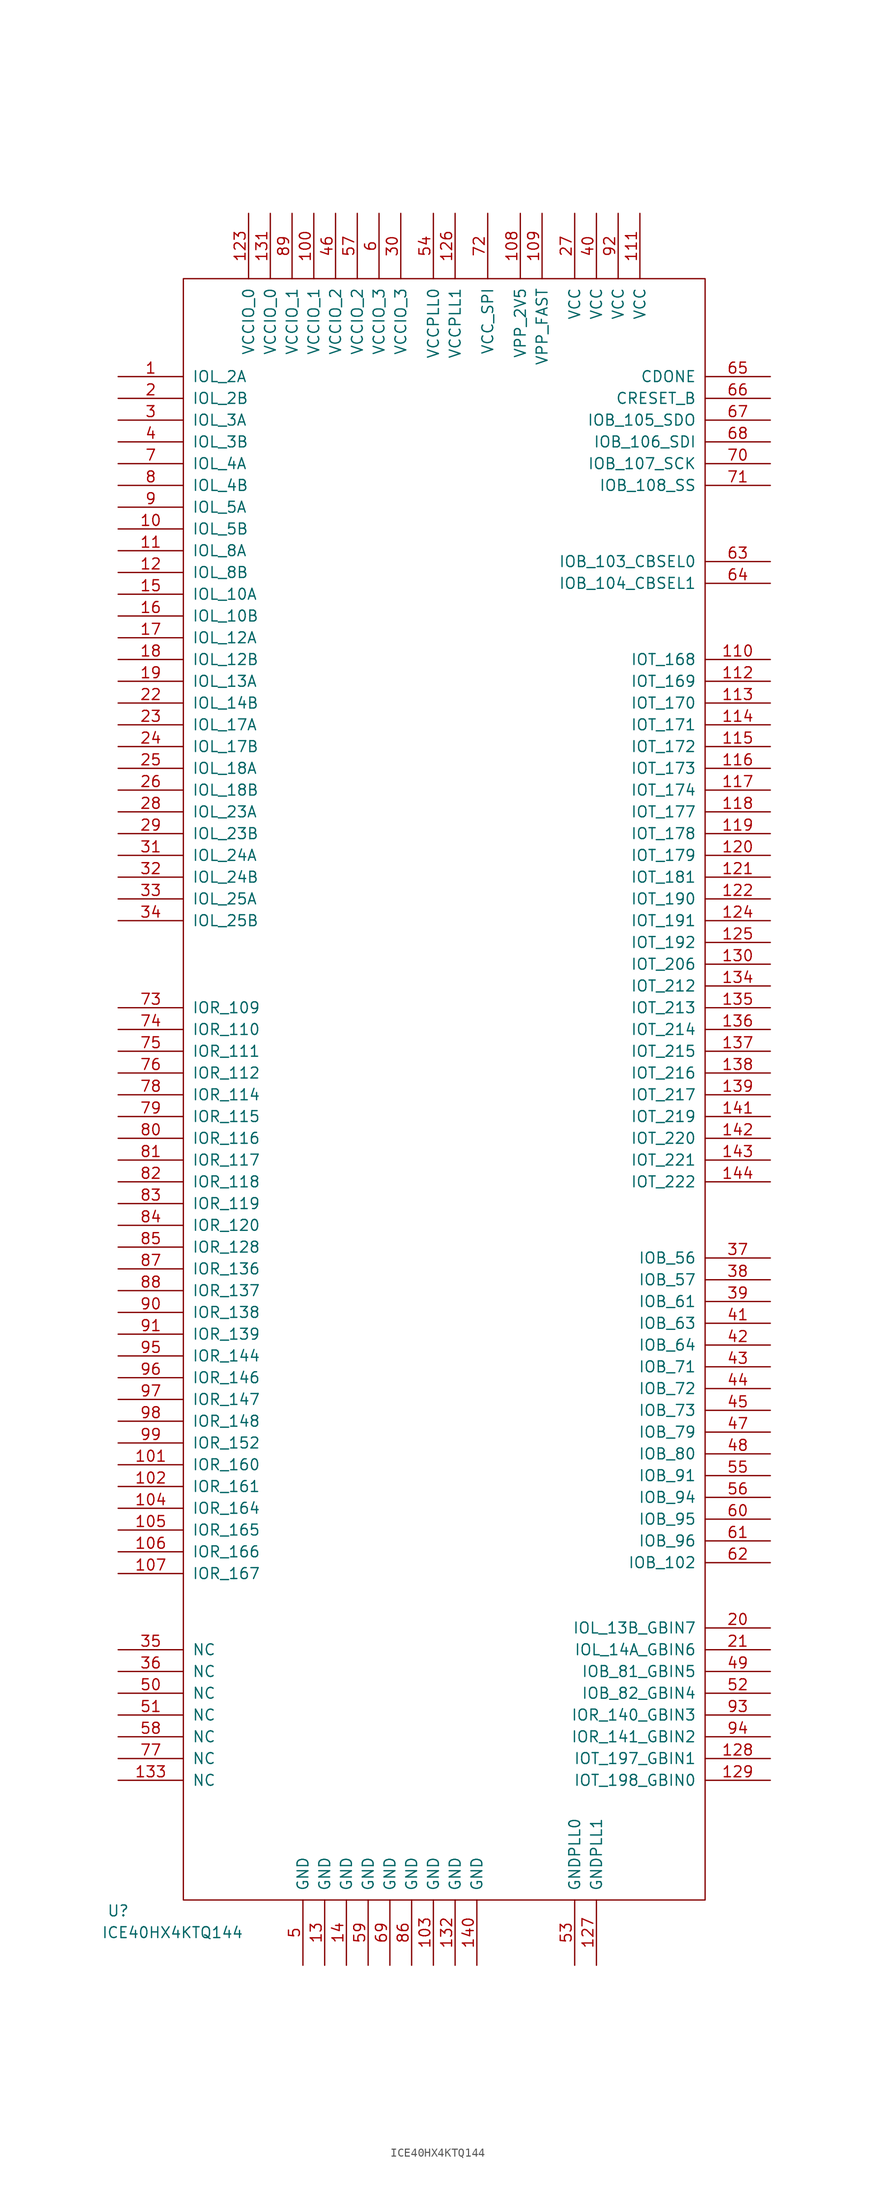
<source format=kicad_sym>
(kicad_symbol_lib
  (version 20211014)
  (generator kicad_symbol_editor)
  (symbol "ICE40HX4KTQ144"
    (pin_names
      (offset 1.016))
    (property "Reference" "U"
      (at -38.1 -36.83 0)
      (effects (font (size 1.27 1.27))))
    (property "Value" "ICE40HX4KTQ144"
      (at -31.75 -39.37 0)
      (effects (font (size 1.27 1.27))))
    (symbol "ICE40HX4KTQ144_1_0"
      (rectangle (start -30.48 -35.56) (end 30.48 153.67) (stroke (width 0) (type default) (color 0 0 0 0)) (fill (type none))))
    (symbol "ICE40HX4KTQ144_1_1"
      (pin input line (at -38.1 142.24 0) (length 7.62) (name "IOL_2A" (effects (font (size 1.27 1.27)))) (number "1" (effects (font (size 1.27 1.27)))))
      (pin input line (at -38.1 124.46 0) (length 7.62) (name "IOL_5B" (effects (font (size 1.27 1.27)))) (number "10" (effects (font (size 1.27 1.27)))))
      (pin power_in line (at -15.24 161.29 270) (length 7.62) (name "VCCIO_1" (effects (font (size 1.27 1.27)))) (number "100" (effects (font (size 1.27 1.27)))))
      (pin input line (at -38.1 15.24 0) (length 7.62) (name "IOR_160" (effects (font (size 1.27 1.27)))) (number "101" (effects (font (size 1.27 1.27)))))
      (pin input line (at -38.1 12.7 0) (length 7.62) (name "IOR_161" (effects (font (size 1.27 1.27)))) (number "102" (effects (font (size 1.27 1.27)))))
      (pin power_in line (at -1.27 -43.18 90) (length 7.62) (name "GND" (effects (font (size 1.27 1.27)))) (number "103" (effects (font (size 1.27 1.27)))))
      (pin input line (at -38.1 10.16 0) (length 7.62) (name "IOR_164" (effects (font (size 1.27 1.27)))) (number "104" (effects (font (size 1.27 1.27)))))
      (pin input line (at -38.1 7.62 0) (length 7.62) (name "IOR_165" (effects (font (size 1.27 1.27)))) (number "105" (effects (font (size 1.27 1.27)))))
      (pin input line (at -38.1 5.08 0) (length 7.62) (name "IOR_166" (effects (font (size 1.27 1.27)))) (number "106" (effects (font (size 1.27 1.27)))))
      (pin input line (at -38.1 2.54 0) (length 7.62) (name "IOR_167" (effects (font (size 1.27 1.27)))) (number "107" (effects (font (size 1.27 1.27)))))
      (pin input line (at 8.89 161.29 270) (length 7.62) (name "VPP_2V5" (effects (font (size 1.27 1.27)))) (number "108" (effects (font (size 1.27 1.27)))))
      (pin input line (at 11.43 161.29 270) (length 7.62) (name "VPP_FAST" (effects (font (size 1.27 1.27)))) (number "109" (effects (font (size 1.27 1.27)))))
      (pin input line (at -38.1 121.92 0) (length 7.62) (name "IOL_8A" (effects (font (size 1.27 1.27)))) (number "11" (effects (font (size 1.27 1.27)))))
      (pin input line (at 38.1 109.22 180) (length 7.62) (name "IOT_168" (effects (font (size 1.27 1.27)))) (number "110" (effects (font (size 1.27 1.27)))))
      (pin power_in line (at 22.86 161.29 270) (length 7.62) (name "VCC" (effects (font (size 1.27 1.27)))) (number "111" (effects (font (size 1.27 1.27)))))
      (pin input line (at 38.1 106.68 180) (length 7.62) (name "IOT_169" (effects (font (size 1.27 1.27)))) (number "112" (effects (font (size 1.27 1.27)))))
      (pin input line (at 38.1 104.14 180) (length 7.62) (name "IOT_170" (effects (font (size 1.27 1.27)))) (number "113" (effects (font (size 1.27 1.27)))))
      (pin input line (at 38.1 101.6 180) (length 7.62) (name "IOT_171" (effects (font (size 1.27 1.27)))) (number "114" (effects (font (size 1.27 1.27)))))
      (pin input line (at 38.1 99.06 180) (length 7.62) (name "IOT_172" (effects (font (size 1.27 1.27)))) (number "115" (effects (font (size 1.27 1.27)))))
      (pin input line (at 38.1 96.52 180) (length 7.62) (name "IOT_173" (effects (font (size 1.27 1.27)))) (number "116" (effects (font (size 1.27 1.27)))))
      (pin input line (at 38.1 93.98 180) (length 7.62) (name "IOT_174" (effects (font (size 1.27 1.27)))) (number "117" (effects (font (size 1.27 1.27)))))
      (pin input line (at 38.1 91.44 180) (length 7.62) (name "IOT_177" (effects (font (size 1.27 1.27)))) (number "118" (effects (font (size 1.27 1.27)))))
      (pin input line (at 38.1 88.9 180) (length 7.62) (name "IOT_178" (effects (font (size 1.27 1.27)))) (number "119" (effects (font (size 1.27 1.27)))))
      (pin input line (at -38.1 119.38 0) (length 7.62) (name "IOL_8B" (effects (font (size 1.27 1.27)))) (number "12" (effects (font (size 1.27 1.27)))))
      (pin input line (at 38.1 86.36 180) (length 7.62) (name "IOT_179" (effects (font (size 1.27 1.27)))) (number "120" (effects (font (size 1.27 1.27)))))
      (pin input line (at 38.1 83.82 180) (length 7.62) (name "IOT_181" (effects (font (size 1.27 1.27)))) (number "121" (effects (font (size 1.27 1.27)))))
      (pin input line (at 38.1 81.28 180) (length 7.62) (name "IOT_190" (effects (font (size 1.27 1.27)))) (number "122" (effects (font (size 1.27 1.27)))))
      (pin power_in line (at -22.86 161.29 270) (length 7.62) (name "VCCIO_0" (effects (font (size 1.27 1.27)))) (number "123" (effects (font (size 1.27 1.27)))))
      (pin input line (at 38.1 78.74 180) (length 7.62) (name "IOT_191" (effects (font (size 1.27 1.27)))) (number "124" (effects (font (size 1.27 1.27)))))
      (pin input line (at 38.1 76.2 180) (length 7.62) (name "IOT_192" (effects (font (size 1.27 1.27)))) (number "125" (effects (font (size 1.27 1.27)))))
      (pin power_in line (at 1.27 161.29 270) (length 7.62) (name "VCCPLL1" (effects (font (size 1.27 1.27)))) (number "126" (effects (font (size 1.27 1.27)))))
      (pin power_in line (at 17.78 -43.18 90) (length 7.62) (name "GNDPLL1" (effects (font (size 1.27 1.27)))) (number "127" (effects (font (size 1.27 1.27)))))
      (pin input line (at 38.1 -19.05 180) (length 7.62) (name "IOT_197_GBIN1" (effects (font (size 1.27 1.27)))) (number "128" (effects (font (size 1.27 1.27)))))
      (pin input line (at 38.1 -21.59 180) (length 7.62) (name "IOT_198_GBIN0" (effects (font (size 1.27 1.27)))) (number "129" (effects (font (size 1.27 1.27)))))
      (pin power_in line (at -13.97 -43.18 90) (length 7.62) (name "GND" (effects (font (size 1.27 1.27)))) (number "13" (effects (font (size 1.27 1.27)))))
      (pin input line (at 38.1 73.66 180) (length 7.62) (name "IOT_206" (effects (font (size 1.27 1.27)))) (number "130" (effects (font (size 1.27 1.27)))))
      (pin power_in line (at -20.32 161.29 270) (length 7.62) (name "VCCIO_0" (effects (font (size 1.27 1.27)))) (number "131" (effects (font (size 1.27 1.27)))))
      (pin power_in line (at 1.27 -43.18 90) (length 7.62) (name "GND" (effects (font (size 1.27 1.27)))) (number "132" (effects (font (size 1.27 1.27)))))
      (pin input line (at -38.1 -21.59 0) (length 7.62) (name "NC" (effects (font (size 1.27 1.27)))) (number "133" (effects (font (size 1.27 1.27)))))
      (pin input line (at 38.1 71.12 180) (length 7.62) (name "IOT_212" (effects (font (size 1.27 1.27)))) (number "134" (effects (font (size 1.27 1.27)))))
      (pin input line (at 38.1 68.58 180) (length 7.62) (name "IOT_213" (effects (font (size 1.27 1.27)))) (number "135" (effects (font (size 1.27 1.27)))))
      (pin input line (at 38.1 66.04 180) (length 7.62) (name "IOT_214" (effects (font (size 1.27 1.27)))) (number "136" (effects (font (size 1.27 1.27)))))
      (pin input line (at 38.1 63.5 180) (length 7.62) (name "IOT_215" (effects (font (size 1.27 1.27)))) (number "137" (effects (font (size 1.27 1.27)))))
      (pin input line (at 38.1 60.96 180) (length 7.62) (name "IOT_216" (effects (font (size 1.27 1.27)))) (number "138" (effects (font (size 1.27 1.27)))))
      (pin input line (at 38.1 58.42 180) (length 7.62) (name "IOT_217" (effects (font (size 1.27 1.27)))) (number "139" (effects (font (size 1.27 1.27)))))
      (pin power_in line (at -11.43 -43.18 90) (length 7.62) (name "GND" (effects (font (size 1.27 1.27)))) (number "14" (effects (font (size 1.27 1.27)))))
      (pin power_in line (at 3.81 -43.18 90) (length 7.62) (name "GND" (effects (font (size 1.27 1.27)))) (number "140" (effects (font (size 1.27 1.27)))))
      (pin input line (at 38.1 55.88 180) (length 7.62) (name "IOT_219" (effects (font (size 1.27 1.27)))) (number "141" (effects (font (size 1.27 1.27)))))
      (pin input line (at 38.1 53.34 180) (length 7.62) (name "IOT_220" (effects (font (size 1.27 1.27)))) (number "142" (effects (font (size 1.27 1.27)))))
      (pin input line (at 38.1 50.8 180) (length 7.62) (name "IOT_221" (effects (font (size 1.27 1.27)))) (number "143" (effects (font (size 1.27 1.27)))))
      (pin input line (at 38.1 48.26 180) (length 7.62) (name "IOT_222" (effects (font (size 1.27 1.27)))) (number "144" (effects (font (size 1.27 1.27)))))
      (pin input line (at -38.1 116.84 0) (length 7.62) (name "IOL_10A" (effects (font (size 1.27 1.27)))) (number "15" (effects (font (size 1.27 1.27)))))
      (pin input line (at -38.1 114.3 0) (length 7.62) (name "IOL_10B" (effects (font (size 1.27 1.27)))) (number "16" (effects (font (size 1.27 1.27)))))
      (pin input line (at -38.1 111.76 0) (length 7.62) (name "IOL_12A" (effects (font (size 1.27 1.27)))) (number "17" (effects (font (size 1.27 1.27)))))
      (pin input line (at -38.1 109.22 0) (length 7.62) (name "IOL_12B" (effects (font (size 1.27 1.27)))) (number "18" (effects (font (size 1.27 1.27)))))
      (pin input line (at -38.1 106.68 0) (length 7.62) (name "IOL_13A" (effects (font (size 1.27 1.27)))) (number "19" (effects (font (size 1.27 1.27)))))
      (pin input line (at -38.1 139.7 0) (length 7.62) (name "IOL_2B" (effects (font (size 1.27 1.27)))) (number "2" (effects (font (size 1.27 1.27)))))
      (pin input line (at 38.1 -3.81 180) (length 7.62) (name "IOL_13B_GBIN7" (effects (font (size 1.27 1.27)))) (number "20" (effects (font (size 1.27 1.27)))))
      (pin input line (at 38.1 -6.35 180) (length 7.62) (name "IOL_14A_GBIN6" (effects (font (size 1.27 1.27)))) (number "21" (effects (font (size 1.27 1.27)))))
      (pin input line (at -38.1 104.14 0) (length 7.62) (name "IOL_14B" (effects (font (size 1.27 1.27)))) (number "22" (effects (font (size 1.27 1.27)))))
      (pin input line (at -38.1 101.6 0) (length 7.62) (name "IOL_17A" (effects (font (size 1.27 1.27)))) (number "23" (effects (font (size 1.27 1.27)))))
      (pin input line (at -38.1 99.06 0) (length 7.62) (name "IOL_17B" (effects (font (size 1.27 1.27)))) (number "24" (effects (font (size 1.27 1.27)))))
      (pin input line (at -38.1 96.52 0) (length 7.62) (name "IOL_18A" (effects (font (size 1.27 1.27)))) (number "25" (effects (font (size 1.27 1.27)))))
      (pin input line (at -38.1 93.98 0) (length 7.62) (name "IOL_18B" (effects (font (size 1.27 1.27)))) (number "26" (effects (font (size 1.27 1.27)))))
      (pin power_in line (at 15.24 161.29 270) (length 7.62) (name "VCC" (effects (font (size 1.27 1.27)))) (number "27" (effects (font (size 1.27 1.27)))))
      (pin input line (at -38.1 91.44 0) (length 7.62) (name "IOL_23A" (effects (font (size 1.27 1.27)))) (number "28" (effects (font (size 1.27 1.27)))))
      (pin input line (at -38.1 88.9 0) (length 7.62) (name "IOL_23B" (effects (font (size 1.27 1.27)))) (number "29" (effects (font (size 1.27 1.27)))))
      (pin input line (at -38.1 137.16 0) (length 7.62) (name "IOL_3A" (effects (font (size 1.27 1.27)))) (number "3" (effects (font (size 1.27 1.27)))))
      (pin power_in line (at -5.08 161.29 270) (length 7.62) (name "VCCIO_3" (effects (font (size 1.27 1.27)))) (number "30" (effects (font (size 1.27 1.27)))))
      (pin input line (at -38.1 86.36 0) (length 7.62) (name "IOL_24A" (effects (font (size 1.27 1.27)))) (number "31" (effects (font (size 1.27 1.27)))))
      (pin input line (at -38.1 83.82 0) (length 7.62) (name "IOL_24B" (effects (font (size 1.27 1.27)))) (number "32" (effects (font (size 1.27 1.27)))))
      (pin input line (at -38.1 81.28 0) (length 7.62) (name "IOL_25A" (effects (font (size 1.27 1.27)))) (number "33" (effects (font (size 1.27 1.27)))))
      (pin input line (at -38.1 78.74 0) (length 7.62) (name "IOL_25B" (effects (font (size 1.27 1.27)))) (number "34" (effects (font (size 1.27 1.27)))))
      (pin input line (at -38.1 -6.35 0) (length 7.62) (name "NC" (effects (font (size 1.27 1.27)))) (number "35" (effects (font (size 1.27 1.27)))))
      (pin input line (at -38.1 -8.89 0) (length 7.62) (name "NC" (effects (font (size 1.27 1.27)))) (number "36" (effects (font (size 1.27 1.27)))))
      (pin input line (at 38.1 39.37 180) (length 7.62) (name "IOB_56" (effects (font (size 1.27 1.27)))) (number "37" (effects (font (size 1.27 1.27)))))
      (pin input line (at 38.1 36.83 180) (length 7.62) (name "IOB_57" (effects (font (size 1.27 1.27)))) (number "38" (effects (font (size 1.27 1.27)))))
      (pin input line (at 38.1 34.29 180) (length 7.62) (name "IOB_61" (effects (font (size 1.27 1.27)))) (number "39" (effects (font (size 1.27 1.27)))))
      (pin input line (at -38.1 134.62 0) (length 7.62) (name "IOL_3B" (effects (font (size 1.27 1.27)))) (number "4" (effects (font (size 1.27 1.27)))))
      (pin power_in line (at 17.78 161.29 270) (length 7.62) (name "VCC" (effects (font (size 1.27 1.27)))) (number "40" (effects (font (size 1.27 1.27)))))
      (pin input line (at 38.1 31.75 180) (length 7.62) (name "IOB_63" (effects (font (size 1.27 1.27)))) (number "41" (effects (font (size 1.27 1.27)))))
      (pin input line (at 38.1 29.21 180) (length 7.62) (name "IOB_64" (effects (font (size 1.27 1.27)))) (number "42" (effects (font (size 1.27 1.27)))))
      (pin input line (at 38.1 26.67 180) (length 7.62) (name "IOB_71" (effects (font (size 1.27 1.27)))) (number "43" (effects (font (size 1.27 1.27)))))
      (pin input line (at 38.1 24.13 180) (length 7.62) (name "IOB_72" (effects (font (size 1.27 1.27)))) (number "44" (effects (font (size 1.27 1.27)))))
      (pin input line (at 38.1 21.59 180) (length 7.62) (name "IOB_73" (effects (font (size 1.27 1.27)))) (number "45" (effects (font (size 1.27 1.27)))))
      (pin power_in line (at -12.7 161.29 270) (length 7.62) (name "VCCIO_2" (effects (font (size 1.27 1.27)))) (number "46" (effects (font (size 1.27 1.27)))))
      (pin input line (at 38.1 19.05 180) (length 7.62) (name "IOB_79" (effects (font (size 1.27 1.27)))) (number "47" (effects (font (size 1.27 1.27)))))
      (pin input line (at 38.1 16.51 180) (length 7.62) (name "IOB_80" (effects (font (size 1.27 1.27)))) (number "48" (effects (font (size 1.27 1.27)))))
      (pin input line (at 38.1 -8.89 180) (length 7.62) (name "IOB_81_GBIN5" (effects (font (size 1.27 1.27)))) (number "49" (effects (font (size 1.27 1.27)))))
      (pin power_in line (at -16.51 -43.18 90) (length 7.62) (name "GND" (effects (font (size 1.27 1.27)))) (number "5" (effects (font (size 1.27 1.27)))))
      (pin input line (at -38.1 -11.43 0) (length 7.62) (name "NC" (effects (font (size 1.27 1.27)))) (number "50" (effects (font (size 1.27 1.27)))))
      (pin input line (at -38.1 -13.97 0) (length 7.62) (name "NC" (effects (font (size 1.27 1.27)))) (number "51" (effects (font (size 1.27 1.27)))))
      (pin input line (at 38.1 -11.43 180) (length 7.62) (name "IOB_82_GBIN4" (effects (font (size 1.27 1.27)))) (number "52" (effects (font (size 1.27 1.27)))))
      (pin power_in line (at 15.24 -43.18 90) (length 7.62) (name "GNDPLL0" (effects (font (size 1.27 1.27)))) (number "53" (effects (font (size 1.27 1.27)))))
      (pin power_in line (at -1.27 161.29 270) (length 7.62) (name "VCCPLL0" (effects (font (size 1.27 1.27)))) (number "54" (effects (font (size 1.27 1.27)))))
      (pin input line (at 38.1 13.97 180) (length 7.62) (name "IOB_91" (effects (font (size 1.27 1.27)))) (number "55" (effects (font (size 1.27 1.27)))))
      (pin input line (at 38.1 11.43 180) (length 7.62) (name "IOB_94" (effects (font (size 1.27 1.27)))) (number "56" (effects (font (size 1.27 1.27)))))
      (pin power_in line (at -10.16 161.29 270) (length 7.62) (name "VCCIO_2" (effects (font (size 1.27 1.27)))) (number "57" (effects (font (size 1.27 1.27)))))
      (pin input line (at -38.1 -16.51 0) (length 7.62) (name "NC" (effects (font (size 1.27 1.27)))) (number "58" (effects (font (size 1.27 1.27)))))
      (pin power_in line (at -8.89 -43.18 90) (length 7.62) (name "GND" (effects (font (size 1.27 1.27)))) (number "59" (effects (font (size 1.27 1.27)))))
      (pin power_in line (at -7.62 161.29 270) (length 7.62) (name "VCCIO_3" (effects (font (size 1.27 1.27)))) (number "6" (effects (font (size 1.27 1.27)))))
      (pin input line (at 38.1 8.89 180) (length 7.62) (name "IOB_95" (effects (font (size 1.27 1.27)))) (number "60" (effects (font (size 1.27 1.27)))))
      (pin input line (at 38.1 6.35 180) (length 7.62) (name "IOB_96" (effects (font (size 1.27 1.27)))) (number "61" (effects (font (size 1.27 1.27)))))
      (pin input line (at 38.1 3.81 180) (length 7.62) (name "IOB_102" (effects (font (size 1.27 1.27)))) (number "62" (effects (font (size 1.27 1.27)))))
      (pin input line (at 38.1 120.65 180) (length 7.62) (name "IOB_103_CBSEL0" (effects (font (size 1.27 1.27)))) (number "63" (effects (font (size 1.27 1.27)))))
      (pin input line (at 38.1 118.11 180) (length 7.62) (name "IOB_104_CBSEL1" (effects (font (size 1.27 1.27)))) (number "64" (effects (font (size 1.27 1.27)))))
      (pin input line (at 38.1 142.24 180) (length 7.62) (name "CDONE" (effects (font (size 1.27 1.27)))) (number "65" (effects (font (size 1.27 1.27)))))
      (pin input line (at 38.1 139.7 180) (length 7.62) (name "CRESET_B" (effects (font (size 1.27 1.27)))) (number "66" (effects (font (size 1.27 1.27)))))
      (pin input line (at 38.1 137.16 180) (length 7.62) (name "IOB_105_SDO" (effects (font (size 1.27 1.27)))) (number "67" (effects (font (size 1.27 1.27)))))
      (pin input line (at 38.1 134.62 180) (length 7.62) (name "IOB_106_SDI" (effects (font (size 1.27 1.27)))) (number "68" (effects (font (size 1.27 1.27)))))
      (pin power_in line (at -6.35 -43.18 90) (length 7.62) (name "GND" (effects (font (size 1.27 1.27)))) (number "69" (effects (font (size 1.27 1.27)))))
      (pin input line (at -38.1 132.08 0) (length 7.62) (name "IOL_4A" (effects (font (size 1.27 1.27)))) (number "7" (effects (font (size 1.27 1.27)))))
      (pin input line (at 38.1 132.08 180) (length 7.62) (name "IOB_107_SCK" (effects (font (size 1.27 1.27)))) (number "70" (effects (font (size 1.27 1.27)))))
      (pin input line (at 38.1 129.54 180) (length 7.62) (name "IOB_108_SS" (effects (font (size 1.27 1.27)))) (number "71" (effects (font (size 1.27 1.27)))))
      (pin power_in line (at 5.08 161.29 270) (length 7.62) (name "VCC_SPI" (effects (font (size 1.27 1.27)))) (number "72" (effects (font (size 1.27 1.27)))))
      (pin input line (at -38.1 68.58 0) (length 7.62) (name "IOR_109" (effects (font (size 1.27 1.27)))) (number "73" (effects (font (size 1.27 1.27)))))
      (pin input line (at -38.1 66.04 0) (length 7.62) (name "IOR_110" (effects (font (size 1.27 1.27)))) (number "74" (effects (font (size 1.27 1.27)))))
      (pin input line (at -38.1 63.5 0) (length 7.62) (name "IOR_111" (effects (font (size 1.27 1.27)))) (number "75" (effects (font (size 1.27 1.27)))))
      (pin input line (at -38.1 60.96 0) (length 7.62) (name "IOR_112" (effects (font (size 1.27 1.27)))) (number "76" (effects (font (size 1.27 1.27)))))
      (pin input line (at -38.1 -19.05 0) (length 7.62) (name "NC" (effects (font (size 1.27 1.27)))) (number "77" (effects (font (size 1.27 1.27)))))
      (pin input line (at -38.1 58.42 0) (length 7.62) (name "IOR_114" (effects (font (size 1.27 1.27)))) (number "78" (effects (font (size 1.27 1.27)))))
      (pin input line (at -38.1 55.88 0) (length 7.62) (name "IOR_115" (effects (font (size 1.27 1.27)))) (number "79" (effects (font (size 1.27 1.27)))))
      (pin input line (at -38.1 129.54 0) (length 7.62) (name "IOL_4B" (effects (font (size 1.27 1.27)))) (number "8" (effects (font (size 1.27 1.27)))))
      (pin input line (at -38.1 53.34 0) (length 7.62) (name "IOR_116" (effects (font (size 1.27 1.27)))) (number "80" (effects (font (size 1.27 1.27)))))
      (pin input line (at -38.1 50.8 0) (length 7.62) (name "IOR_117" (effects (font (size 1.27 1.27)))) (number "81" (effects (font (size 1.27 1.27)))))
      (pin input line (at -38.1 48.26 0) (length 7.62) (name "IOR_118" (effects (font (size 1.27 1.27)))) (number "82" (effects (font (size 1.27 1.27)))))
      (pin input line (at -38.1 45.72 0) (length 7.62) (name "IOR_119" (effects (font (size 1.27 1.27)))) (number "83" (effects (font (size 1.27 1.27)))))
      (pin input line (at -38.1 43.18 0) (length 7.62) (name "IOR_120" (effects (font (size 1.27 1.27)))) (number "84" (effects (font (size 1.27 1.27)))))
      (pin input line (at -38.1 40.64 0) (length 7.62) (name "IOR_128" (effects (font (size 1.27 1.27)))) (number "85" (effects (font (size 1.27 1.27)))))
      (pin power_in line (at -3.81 -43.18 90) (length 7.62) (name "GND" (effects (font (size 1.27 1.27)))) (number "86" (effects (font (size 1.27 1.27)))))
      (pin input line (at -38.1 38.1 0) (length 7.62) (name "IOR_136" (effects (font (size 1.27 1.27)))) (number "87" (effects (font (size 1.27 1.27)))))
      (pin input line (at -38.1 35.56 0) (length 7.62) (name "IOR_137" (effects (font (size 1.27 1.27)))) (number "88" (effects (font (size 1.27 1.27)))))
      (pin power_in line (at -17.78 161.29 270) (length 7.62) (name "VCCIO_1" (effects (font (size 1.27 1.27)))) (number "89" (effects (font (size 1.27 1.27)))))
      (pin input line (at -38.1 127 0) (length 7.62) (name "IOL_5A" (effects (font (size 1.27 1.27)))) (number "9" (effects (font (size 1.27 1.27)))))
      (pin input line (at -38.1 33.02 0) (length 7.62) (name "IOR_138" (effects (font (size 1.27 1.27)))) (number "90" (effects (font (size 1.27 1.27)))))
      (pin input line (at -38.1 30.48 0) (length 7.62) (name "IOR_139" (effects (font (size 1.27 1.27)))) (number "91" (effects (font (size 1.27 1.27)))))
      (pin power_in line (at 20.32 161.29 270) (length 7.62) (name "VCC" (effects (font (size 1.27 1.27)))) (number "92" (effects (font (size 1.27 1.27)))))
      (pin input line (at 38.1 -13.97 180) (length 7.62) (name "IOR_140_GBIN3" (effects (font (size 1.27 1.27)))) (number "93" (effects (font (size 1.27 1.27)))))
      (pin input line (at 38.1 -16.51 180) (length 7.62) (name "IOR_141_GBIN2" (effects (font (size 1.27 1.27)))) (number "94" (effects (font (size 1.27 1.27)))))
      (pin input line (at -38.1 27.94 0) (length 7.62) (name "IOR_144" (effects (font (size 1.27 1.27)))) (number "95" (effects (font (size 1.27 1.27)))))
      (pin input line (at -38.1 25.4 0) (length 7.62) (name "IOR_146" (effects (font (size 1.27 1.27)))) (number "96" (effects (font (size 1.27 1.27)))))
      (pin input line (at -38.1 22.86 0) (length 7.62) (name "IOR_147" (effects (font (size 1.27 1.27)))) (number "97" (effects (font (size 1.27 1.27)))))
      (pin input line (at -38.1 20.32 0) (length 7.62) (name "IOR_148" (effects (font (size 1.27 1.27)))) (number "98" (effects (font (size 1.27 1.27)))))
      (pin input line (at -38.1 17.78 0) (length 7.62) (name "IOR_152" (effects (font (size 1.27 1.27)))) (number "99" (effects (font (size 1.27 1.27))))))))
</source>
